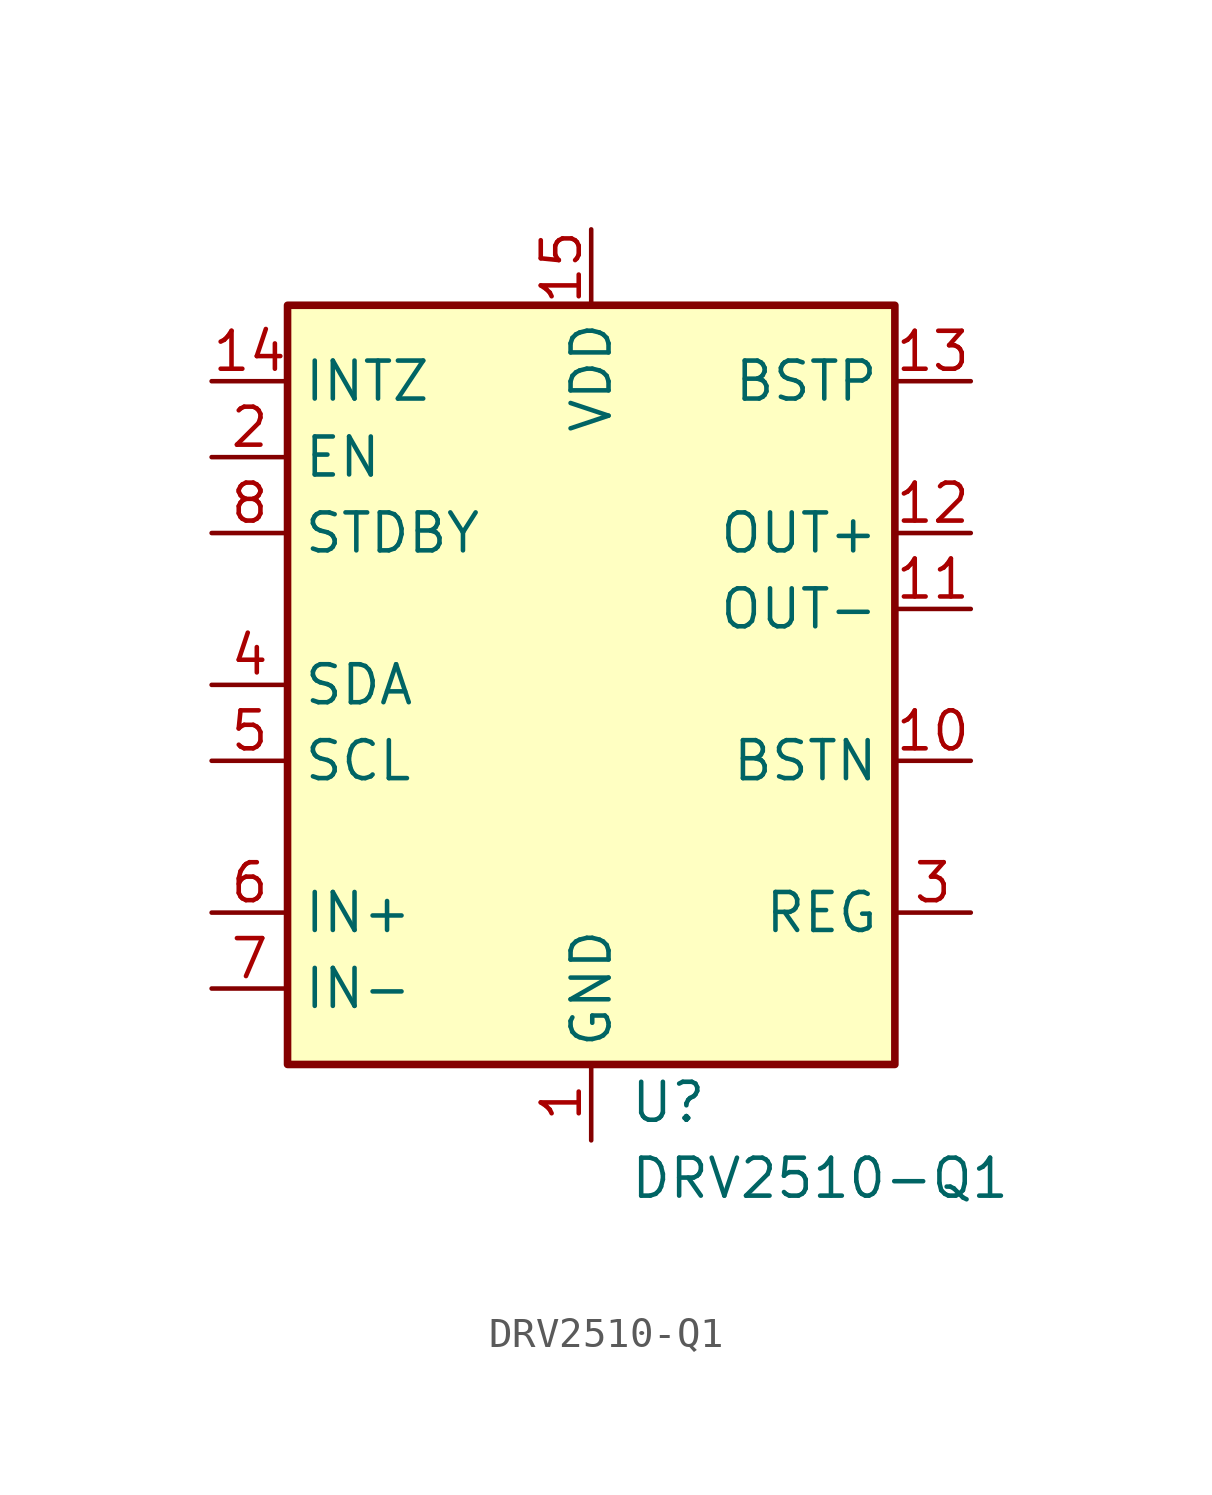
<source format=kicad_sym>
(kicad_symbol_lib
  (version 20231120)
  (generator "kicad_symbol_editor")
  (generator_version "8.0")
  (symbol "DRV2510-Q1"
    (property "Reference" "U"
      (at 1.27 -13.97 0)
      (effects (font (size 1.27 1.27)) (justify left)))
    (property "Value" "DRV2510-Q1"
      (at 1.27 -16.51 0)
      (effects (font (size 1.27 1.27)) (justify left)))
    (symbol "DRV2510-Q1_0_0"
      (pin power_in line (at 0 -15.24 90) (length 2.54) (name "GND" (effects (font (size 1.27 1.27)))) (number "1" (effects (font (size 1.27 1.27)))))
      (pin passive line (at 12.7 -2.54 180) (length 2.54) (name "BSTN" (effects (font (size 1.27 1.27)))) (number "10" (effects (font (size 1.27 1.27)))))
      (pin power_out line (at 12.7 2.54 180) (length 2.54) (name "OUT-" (effects (font (size 1.27 1.27)))) (number "11" (effects (font (size 1.27 1.27)))))
      (pin power_out line (at 12.7 5.08 180) (length 2.54) (name "OUT+" (effects (font (size 1.27 1.27)))) (number "12" (effects (font (size 1.27 1.27)))))
      (pin passive line (at 12.7 10.16 180) (length 2.54) (name "BSTP" (effects (font (size 1.27 1.27)))) (number "13" (effects (font (size 1.27 1.27)))))
      (pin open_collector line (at -12.7 10.16 0) (length 2.54) (name "INTZ" (effects (font (size 1.27 1.27)))) (number "14" (effects (font (size 1.27 1.27)))))
      (pin power_in line (at 0 15.24 270) (length 2.54) (name "VDD" (effects (font (size 1.27 1.27)))) (number "15" (effects (font (size 1.27 1.27)))))
      (pin passive line (at 0 -15.24 90) (length 2.54) hide (name "GND" (effects (font (size 1.27 1.27)))) (number "16" (effects (font (size 1.27 1.27)))))
      (pin passive line (at 0 -15.24 90) (length 2.54) hide (name "GND" (effects (font (size 1.27 1.27)))) (number "17" (effects (font (size 1.27 1.27)))))
      (pin input line (at -12.7 7.62 0) (length 2.54) (name "EN" (effects (font (size 1.27 1.27)))) (number "2" (effects (font (size 1.27 1.27)))))
      (pin passive line (at 12.7 -7.62 180) (length 2.54) (name "REG" (effects (font (size 1.27 1.27)))) (number "3" (effects (font (size 1.27 1.27)))))
      (pin bidirectional line (at -12.7 0 0) (length 2.54) (name "SDA" (effects (font (size 1.27 1.27)))) (number "4" (effects (font (size 1.27 1.27)))))
      (pin input line (at -12.7 -2.54 0) (length 2.54) (name "SCL" (effects (font (size 1.27 1.27)))) (number "5" (effects (font (size 1.27 1.27)))))
      (pin input line (at -12.7 -7.62 0) (length 2.54) (name "IN+" (effects (font (size 1.27 1.27)))) (number "6" (effects (font (size 1.27 1.27)))))
      (pin input line (at -12.7 -10.16 0) (length 2.54) (name "IN-" (effects (font (size 1.27 1.27)))) (number "7" (effects (font (size 1.27 1.27)))))
      (pin input line (at -12.7 5.08 0) (length 2.54) (name "STDBY" (effects (font (size 1.27 1.27)))) (number "8" (effects (font (size 1.27 1.27)))))
      (pin passive line (at 0 -15.24 90) (length 2.54) hide (name "GND" (effects (font (size 1.27 1.27)))) (number "9" (effects (font (size 1.27 1.27))))))
    (symbol "DRV2510-Q1_0_1"
      (rectangle (start -10.16 12.7) (end 10.16 -12.7) (stroke (width 0.254) (type default)) (fill (type background))))))
</source>
